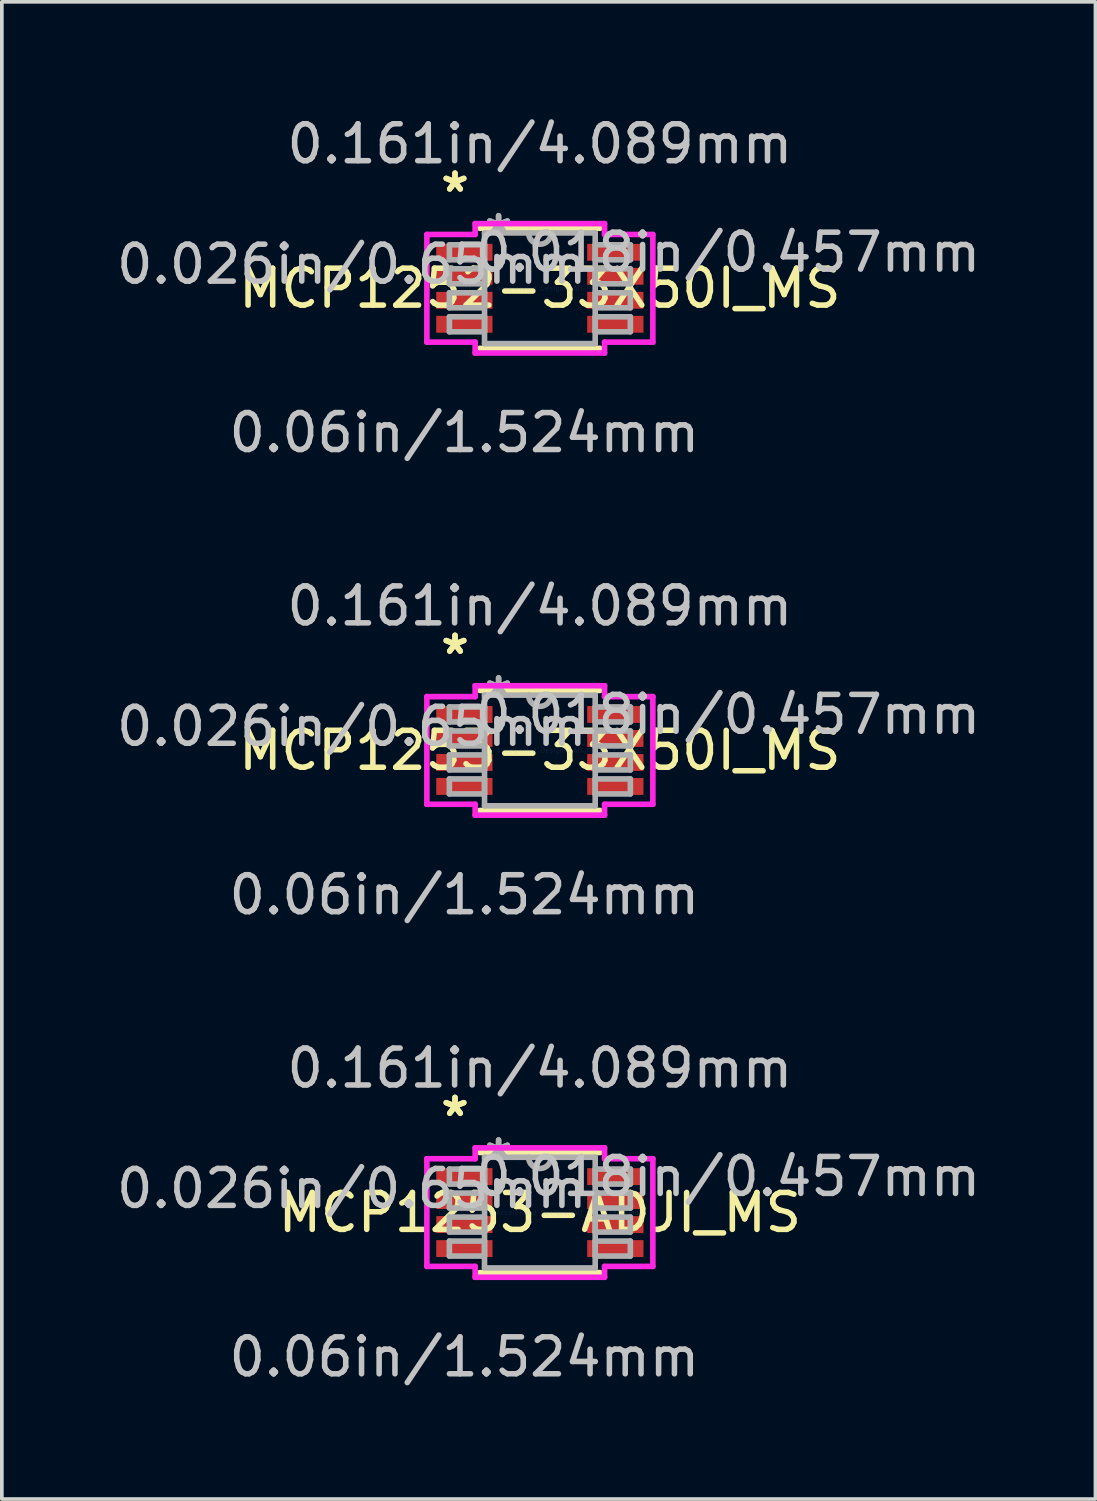
<source format=kicad_pcb>
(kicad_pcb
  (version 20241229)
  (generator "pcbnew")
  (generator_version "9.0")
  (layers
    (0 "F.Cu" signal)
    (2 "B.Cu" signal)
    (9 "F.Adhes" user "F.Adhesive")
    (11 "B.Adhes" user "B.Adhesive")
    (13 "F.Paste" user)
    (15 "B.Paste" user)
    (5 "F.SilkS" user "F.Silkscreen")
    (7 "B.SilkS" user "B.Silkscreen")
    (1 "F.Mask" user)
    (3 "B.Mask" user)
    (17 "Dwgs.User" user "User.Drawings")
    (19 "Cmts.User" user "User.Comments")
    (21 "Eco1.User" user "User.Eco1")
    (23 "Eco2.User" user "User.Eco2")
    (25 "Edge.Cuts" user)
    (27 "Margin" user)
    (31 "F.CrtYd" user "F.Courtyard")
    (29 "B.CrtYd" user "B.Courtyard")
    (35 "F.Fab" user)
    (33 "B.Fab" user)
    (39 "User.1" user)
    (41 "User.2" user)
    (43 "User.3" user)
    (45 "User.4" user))
  (footprint "MCP1252-33X50I_MS"
    (layer "F.Cu")
    (at 11.575 4.76)
    (property "Reference" "MCP1252-33X50I_MS" (at 0 0 0) (layer "F.SilkS") (effects (font (size 1 1) (thickness 0.15))))
    (attr through_hole)
    (fp_line (start -1.626 1.626) (end 1.626 1.626) (stroke (width 0.152) (type solid)) (layer "F.SilkS"))
    (fp_line (start 1.626 -1.626) (end -1.626 -1.626) (stroke (width 0.152) (type solid)) (layer "F.SilkS"))
    (fp_line (start -3.061 -1.458) (end -1.753 -1.458) (stroke (width 0.152) (type solid)) (layer "F.CrtYd"))
    (fp_line (start -3.061 1.458) (end -3.061 -1.458) (stroke (width 0.152) (type solid)) (layer "F.CrtYd"))
    (fp_line (start -1.753 -1.753) (end 1.753 -1.753) (stroke (width 0.152) (type solid)) (layer "F.CrtYd"))
    (fp_line (start -1.753 -1.458) (end -1.753 -1.753) (stroke (width 0.152) (type solid)) (layer "F.CrtYd"))
    (fp_line (start -1.753 1.458) (end -3.061 1.458) (stroke (width 0.152) (type solid)) (layer "F.CrtYd"))
    (fp_line (start -1.753 1.753) (end -1.753 1.458) (stroke (width 0.152) (type solid)) (layer "F.CrtYd"))
    (fp_line (start 1.753 -1.753) (end 1.753 -1.458) (stroke (width 0.152) (type solid)) (layer "F.CrtYd"))
    (fp_line (start 1.753 -1.458) (end 3.061 -1.458) (stroke (width 0.152) (type solid)) (layer "F.CrtYd"))
    (fp_line (start 1.753 1.458) (end 1.753 1.753) (stroke (width 0.152) (type solid)) (layer "F.CrtYd"))
    (fp_line (start 1.753 1.753) (end -1.753 1.753) (stroke (width 0.152) (type solid)) (layer "F.CrtYd"))
    (fp_line (start 3.061 -1.458) (end 3.061 1.458) (stroke (width 0.152) (type solid)) (layer "F.CrtYd"))
    (fp_line (start 3.061 1.458) (end 1.753 1.458) (stroke (width 0.152) (type solid)) (layer "F.CrtYd"))
    (fp_line (start -2.451 -1.178) (end -2.451 -0.772) (stroke (width 0.152) (type solid)) (layer "F.Fab"))
    (fp_line (start -2.451 -0.772) (end -1.499 -0.772) (stroke (width 0.152) (type solid)) (layer "F.Fab"))
    (fp_line (start -2.451 -0.528) (end -2.451 -0.122) (stroke (width 0.152) (type solid)) (layer "F.Fab"))
    (fp_line (start -2.451 -0.122) (end -1.499 -0.122) (stroke (width 0.152) (type solid)) (layer "F.Fab"))
    (fp_line (start -2.451 0.122) (end -2.451 0.528) (stroke (width 0.152) (type solid)) (layer "F.Fab"))
    (fp_line (start -2.451 0.528) (end -1.499 0.528) (stroke (width 0.152) (type solid)) (layer "F.Fab"))
    (fp_line (start -2.451 0.772) (end -2.451 1.178) (stroke (width 0.152) (type solid)) (layer "F.Fab"))
    (fp_line (start -2.451 1.178) (end -1.499 1.178) (stroke (width 0.152) (type solid)) (layer "F.Fab"))
    (fp_line (start -1.499 -1.499) (end -1.499 1.499) (stroke (width 0.152) (type solid)) (layer "F.Fab"))
    (fp_line (start -1.499 -1.178) (end -2.451 -1.178) (stroke (width 0.152) (type solid)) (layer "F.Fab"))
    (fp_line (start -1.499 -0.772) (end -1.499 -1.178) (stroke (width 0.152) (type solid)) (layer "F.Fab"))
    (fp_line (start -1.499 -0.528) (end -2.451 -0.528) (stroke (width 0.152) (type solid)) (layer "F.Fab"))
    (fp_line (start -1.499 -0.122) (end -1.499 -0.528) (stroke (width 0.152) (type solid)) (layer "F.Fab"))
    (fp_line (start -1.499 0.122) (end -2.451 0.122) (stroke (width 0.152) (type solid)) (layer "F.Fab"))
    (fp_line (start -1.499 0.528) (end -1.499 0.122) (stroke (width 0.152) (type solid)) (layer "F.Fab"))
    (fp_line (start -1.499 0.772) (end -2.451 0.772) (stroke (width 0.152) (type solid)) (layer "F.Fab"))
    (fp_line (start -1.499 1.178) (end -1.499 0.772) (stroke (width 0.152) (type solid)) (layer "F.Fab"))
    (fp_line (start -1.499 1.499) (end 1.499 1.499) (stroke (width 0.152) (type solid)) (layer "F.Fab"))
    (fp_line (start 1.499 -1.499) (end -1.499 -1.499) (stroke (width 0.152) (type solid)) (layer "F.Fab"))
    (fp_line (start 1.499 -1.178) (end 1.499 -0.772) (stroke (width 0.152) (type solid)) (layer "F.Fab"))
    (fp_line (start 1.499 -0.772) (end 2.451 -0.772) (stroke (width 0.152) (type solid)) (layer "F.Fab"))
    (fp_line (start 1.499 -0.528) (end 1.499 -0.122) (stroke (width 0.152) (type solid)) (layer "F.Fab"))
    (fp_line (start 1.499 -0.122) (end 2.451 -0.122) (stroke (width 0.152) (type solid)) (layer "F.Fab"))
    (fp_line (start 1.499 0.122) (end 1.499 0.528) (stroke (width 0.152) (type solid)) (layer "F.Fab"))
    (fp_line (start 1.499 0.528) (end 2.451 0.528) (stroke (width 0.152) (type solid)) (layer "F.Fab"))
    (fp_line (start 1.499 0.772) (end 1.499 1.178) (stroke (width 0.152) (type solid)) (layer "F.Fab"))
    (fp_line (start 1.499 1.178) (end 2.451 1.178) (stroke (width 0.152) (type solid)) (layer "F.Fab"))
    (fp_line (start 1.499 1.499) (end 1.499 -1.499) (stroke (width 0.152) (type solid)) (layer "F.Fab"))
    (fp_line (start 2.451 -1.178) (end 1.499 -1.178) (stroke (width 0.152) (type solid)) (layer "F.Fab"))
    (fp_line (start 2.451 -0.772) (end 2.451 -1.178) (stroke (width 0.152) (type solid)) (layer "F.Fab"))
    (fp_line (start 2.451 -0.528) (end 1.499 -0.528) (stroke (width 0.152) (type solid)) (layer "F.Fab"))
    (fp_line (start 2.451 -0.122) (end 2.451 -0.528) (stroke (width 0.152) (type solid)) (layer "F.Fab"))
    (fp_line (start 2.451 0.122) (end 1.499 0.122) (stroke (width 0.152) (type solid)) (layer "F.Fab"))
    (fp_line (start 2.451 0.528) (end 2.451 0.122) (stroke (width 0.152) (type solid)) (layer "F.Fab"))
    (fp_line (start 2.451 0.772) (end 1.499 0.772) (stroke (width 0.152) (type solid)) (layer "F.Fab"))
    (fp_line (start 2.451 1.178) (end 2.451 0.772) (stroke (width 0.152) (type solid)) (layer "F.Fab"))
    (fp_arc (start 0.3048 -1.4986) (mid 0 -1.1938) (end -0.3048 -1.4986) (stroke (width 0.1524) (type solid)) (layer "F.Fab"))
    (fp_text user "*" (at -2.299 -2.575 0) (layer "F.SilkS") (effects (font (size 1 1) (thickness 0.15))))
    (fp_text user "*" (at -2.299 -2.575 0) (layer "F.SilkS") (effects (font (size 1 1) (thickness 0.15))))
    (fp_text user "0.018in/0.457mm" (at 5.093 -0.975 0) (layer "Dwgs.User") (effects (font (size 1 1) (thickness 0.15))))
    (fp_text user "0.161in/4.089mm" (at 0 -3.912 0) (layer "Dwgs.User") (effects (font (size 1 1) (thickness 0.15))))
    (fp_text user "0.026in/0.65mm" (at -5.093 -0.65 0) (layer "Dwgs.User") (effects (font (size 1 1) (thickness 0.15))))
    (fp_text user "0.06in/1.524mm" (at -2.045 3.912 0) (layer "Dwgs.User") (effects (font (size 1 1) (thickness 0.15))))
    (fp_text user "Copyright 2016 Accelerated Designs. All rights reserved." (at 0 0 0) (layer "Cmts.User") (effects (font (size 0.127 0.127) (thickness 0.002))))
    (fp_text user "*" (at -1.118 -1.422 0) (layer "F.Fab") (effects (font (size 1 1) (thickness 0.15))))
    (fp_text user "*" (at -1.118 -1.422 0) (layer "F.Fab") (effects (font (size 1 1) (thickness 0.15))))
    (pad "1" smd rect (at -2.045 -0.975) (size 1.524 0.457) (layers "F.Cu" "F.Mask" "F.Paste"))
    (pad "2" smd rect (at -2.045 -0.325) (size 1.524 0.457) (layers "F.Cu" "F.Mask" "F.Paste"))
    (pad "3" smd rect (at -2.045 0.325) (size 1.524 0.457) (layers "F.Cu" "F.Mask" "F.Paste"))
    (pad "4" smd rect (at -2.045 0.975) (size 1.524 0.457) (layers "F.Cu" "F.Mask" "F.Paste"))
    (pad "5" smd rect (at 2.045 0.975) (size 1.524 0.457) (layers "F.Cu" "F.Mask" "F.Paste"))
    (pad "6" smd rect (at 2.045 0.325) (size 1.524 0.457) (layers "F.Cu" "F.Mask" "F.Paste"))
    (pad "7" smd rect (at 2.045 -0.325) (size 1.524 0.457) (layers "F.Cu" "F.Mask" "F.Paste"))
    (pad "8" smd rect (at 2.045 -0.975) (size 1.524 0.457) (layers "F.Cu" "F.Mask" "F.Paste")))
  (footprint "MCP1253-33X50I_MS"
    (layer "F.Cu")
    (at 11.575 17.28)
    (property "Reference" "MCP1253-33X50I_MS" (at 0 0 0) (layer "F.SilkS") (effects (font (size 1 1) (thickness 0.15))))
    (attr through_hole)
    (fp_line (start -1.626 1.626) (end 1.626 1.626) (stroke (width 0.152) (type solid)) (layer "F.SilkS"))
    (fp_line (start 1.626 -1.626) (end -1.626 -1.626) (stroke (width 0.152) (type solid)) (layer "F.SilkS"))
    (fp_line (start -3.061 -1.458) (end -1.753 -1.458) (stroke (width 0.152) (type solid)) (layer "F.CrtYd"))
    (fp_line (start -3.061 1.458) (end -3.061 -1.458) (stroke (width 0.152) (type solid)) (layer "F.CrtYd"))
    (fp_line (start -1.753 -1.753) (end 1.753 -1.753) (stroke (width 0.152) (type solid)) (layer "F.CrtYd"))
    (fp_line (start -1.753 -1.458) (end -1.753 -1.753) (stroke (width 0.152) (type solid)) (layer "F.CrtYd"))
    (fp_line (start -1.753 1.458) (end -3.061 1.458) (stroke (width 0.152) (type solid)) (layer "F.CrtYd"))
    (fp_line (start -1.753 1.753) (end -1.753 1.458) (stroke (width 0.152) (type solid)) (layer "F.CrtYd"))
    (fp_line (start 1.753 -1.753) (end 1.753 -1.458) (stroke (width 0.152) (type solid)) (layer "F.CrtYd"))
    (fp_line (start 1.753 -1.458) (end 3.061 -1.458) (stroke (width 0.152) (type solid)) (layer "F.CrtYd"))
    (fp_line (start 1.753 1.458) (end 1.753 1.753) (stroke (width 0.152) (type solid)) (layer "F.CrtYd"))
    (fp_line (start 1.753 1.753) (end -1.753 1.753) (stroke (width 0.152) (type solid)) (layer "F.CrtYd"))
    (fp_line (start 3.061 -1.458) (end 3.061 1.458) (stroke (width 0.152) (type solid)) (layer "F.CrtYd"))
    (fp_line (start 3.061 1.458) (end 1.753 1.458) (stroke (width 0.152) (type solid)) (layer "F.CrtYd"))
    (fp_line (start -2.451 -1.178) (end -2.451 -0.772) (stroke (width 0.152) (type solid)) (layer "F.Fab"))
    (fp_line (start -2.451 -0.772) (end -1.499 -0.772) (stroke (width 0.152) (type solid)) (layer "F.Fab"))
    (fp_line (start -2.451 -0.528) (end -2.451 -0.122) (stroke (width 0.152) (type solid)) (layer "F.Fab"))
    (fp_line (start -2.451 -0.122) (end -1.499 -0.122) (stroke (width 0.152) (type solid)) (layer "F.Fab"))
    (fp_line (start -2.451 0.122) (end -2.451 0.528) (stroke (width 0.152) (type solid)) (layer "F.Fab"))
    (fp_line (start -2.451 0.528) (end -1.499 0.528) (stroke (width 0.152) (type solid)) (layer "F.Fab"))
    (fp_line (start -2.451 0.772) (end -2.451 1.178) (stroke (width 0.152) (type solid)) (layer "F.Fab"))
    (fp_line (start -2.451 1.178) (end -1.499 1.178) (stroke (width 0.152) (type solid)) (layer "F.Fab"))
    (fp_line (start -1.499 -1.499) (end -1.499 1.499) (stroke (width 0.152) (type solid)) (layer "F.Fab"))
    (fp_line (start -1.499 -1.178) (end -2.451 -1.178) (stroke (width 0.152) (type solid)) (layer "F.Fab"))
    (fp_line (start -1.499 -0.772) (end -1.499 -1.178) (stroke (width 0.152) (type solid)) (layer "F.Fab"))
    (fp_line (start -1.499 -0.528) (end -2.451 -0.528) (stroke (width 0.152) (type solid)) (layer "F.Fab"))
    (fp_line (start -1.499 -0.122) (end -1.499 -0.528) (stroke (width 0.152) (type solid)) (layer "F.Fab"))
    (fp_line (start -1.499 0.122) (end -2.451 0.122) (stroke (width 0.152) (type solid)) (layer "F.Fab"))
    (fp_line (start -1.499 0.528) (end -1.499 0.122) (stroke (width 0.152) (type solid)) (layer "F.Fab"))
    (fp_line (start -1.499 0.772) (end -2.451 0.772) (stroke (width 0.152) (type solid)) (layer "F.Fab"))
    (fp_line (start -1.499 1.178) (end -1.499 0.772) (stroke (width 0.152) (type solid)) (layer "F.Fab"))
    (fp_line (start -1.499 1.499) (end 1.499 1.499) (stroke (width 0.152) (type solid)) (layer "F.Fab"))
    (fp_line (start 1.499 -1.499) (end -1.499 -1.499) (stroke (width 0.152) (type solid)) (layer "F.Fab"))
    (fp_line (start 1.499 -1.178) (end 1.499 -0.772) (stroke (width 0.152) (type solid)) (layer "F.Fab"))
    (fp_line (start 1.499 -0.772) (end 2.451 -0.772) (stroke (width 0.152) (type solid)) (layer "F.Fab"))
    (fp_line (start 1.499 -0.528) (end 1.499 -0.122) (stroke (width 0.152) (type solid)) (layer "F.Fab"))
    (fp_line (start 1.499 -0.122) (end 2.451 -0.122) (stroke (width 0.152) (type solid)) (layer "F.Fab"))
    (fp_line (start 1.499 0.122) (end 1.499 0.528) (stroke (width 0.152) (type solid)) (layer "F.Fab"))
    (fp_line (start 1.499 0.528) (end 2.451 0.528) (stroke (width 0.152) (type solid)) (layer "F.Fab"))
    (fp_line (start 1.499 0.772) (end 1.499 1.178) (stroke (width 0.152) (type solid)) (layer "F.Fab"))
    (fp_line (start 1.499 1.178) (end 2.451 1.178) (stroke (width 0.152) (type solid)) (layer "F.Fab"))
    (fp_line (start 1.499 1.499) (end 1.499 -1.499) (stroke (width 0.152) (type solid)) (layer "F.Fab"))
    (fp_line (start 2.451 -1.178) (end 1.499 -1.178) (stroke (width 0.152) (type solid)) (layer "F.Fab"))
    (fp_line (start 2.451 -0.772) (end 2.451 -1.178) (stroke (width 0.152) (type solid)) (layer "F.Fab"))
    (fp_line (start 2.451 -0.528) (end 1.499 -0.528) (stroke (width 0.152) (type solid)) (layer "F.Fab"))
    (fp_line (start 2.451 -0.122) (end 2.451 -0.528) (stroke (width 0.152) (type solid)) (layer "F.Fab"))
    (fp_line (start 2.451 0.122) (end 1.499 0.122) (stroke (width 0.152) (type solid)) (layer "F.Fab"))
    (fp_line (start 2.451 0.528) (end 2.451 0.122) (stroke (width 0.152) (type solid)) (layer "F.Fab"))
    (fp_line (start 2.451 0.772) (end 1.499 0.772) (stroke (width 0.152) (type solid)) (layer "F.Fab"))
    (fp_line (start 2.451 1.178) (end 2.451 0.772) (stroke (width 0.152) (type solid)) (layer "F.Fab"))
    (fp_arc (start 0.3048 -1.4986) (mid 0 -1.1938) (end -0.3048 -1.4986) (stroke (width 0.1524) (type solid)) (layer "F.Fab"))
    (fp_text user "*" (at -2.299 -2.575 0) (layer "F.SilkS") (effects (font (size 1 1) (thickness 0.15))))
    (fp_text user "*" (at -2.299 -2.575 0) (layer "F.SilkS") (effects (font (size 1 1) (thickness 0.15))))
    (fp_text user "0.026in/0.65mm" (at -5.093 -0.65 0) (layer "Dwgs.User") (effects (font (size 1 1) (thickness 0.15))))
    (fp_text user "0.161in/4.089mm" (at 0 -3.912 0) (layer "Dwgs.User") (effects (font (size 1 1) (thickness 0.15))))
    (fp_text user "0.018in/0.457mm" (at 5.093 -0.975 0) (layer "Dwgs.User") (effects (font (size 1 1) (thickness 0.15))))
    (fp_text user "0.06in/1.524mm" (at -2.045 3.912 0) (layer "Dwgs.User") (effects (font (size 1 1) (thickness 0.15))))
    (fp_text user "Copyright 2016 Accelerated Designs. All rights reserved." (at 0 0 0) (layer "Cmts.User") (effects (font (size 0.127 0.127) (thickness 0.002))))
    (fp_text user "*" (at -1.118 -1.422 0) (layer "F.Fab") (effects (font (size 1 1) (thickness 0.15))))
    (fp_text user "*" (at -1.118 -1.422 0) (layer "F.Fab") (effects (font (size 1 1) (thickness 0.15))))
    (pad "1" smd rect (at -2.045 -0.975) (size 1.524 0.457) (layers "F.Cu" "F.Mask" "F.Paste"))
    (pad "2" smd rect (at -2.045 -0.325) (size 1.524 0.457) (layers "F.Cu" "F.Mask" "F.Paste"))
    (pad "3" smd rect (at -2.045 0.325) (size 1.524 0.457) (layers "F.Cu" "F.Mask" "F.Paste"))
    (pad "4" smd rect (at -2.045 0.975) (size 1.524 0.457) (layers "F.Cu" "F.Mask" "F.Paste"))
    (pad "5" smd rect (at 2.045 0.975) (size 1.524 0.457) (layers "F.Cu" "F.Mask" "F.Paste"))
    (pad "6" smd rect (at 2.045 0.325) (size 1.524 0.457) (layers "F.Cu" "F.Mask" "F.Paste"))
    (pad "7" smd rect (at 2.045 -0.325) (size 1.524 0.457) (layers "F.Cu" "F.Mask" "F.Paste"))
    (pad "8" smd rect (at 2.045 -0.975) (size 1.524 0.457) (layers "F.Cu" "F.Mask" "F.Paste")))
  (footprint "MCP1253-ADJI_MS"
    (layer "F.Cu")
    (at 11.575 29.799)
    (property "Reference" "MCP1253-ADJI_MS" (at 0 0 0) (layer "F.SilkS") (effects (font (size 1 1) (thickness 0.15))))
    (attr through_hole)
    (fp_line (start -1.626 1.626) (end 1.626 1.626) (stroke (width 0.152) (type solid)) (layer "F.SilkS"))
    (fp_line (start 1.626 -1.626) (end -1.626 -1.626) (stroke (width 0.152) (type solid)) (layer "F.SilkS"))
    (fp_line (start -3.061 -1.458) (end -1.753 -1.458) (stroke (width 0.152) (type solid)) (layer "F.CrtYd"))
    (fp_line (start -3.061 1.458) (end -3.061 -1.458) (stroke (width 0.152) (type solid)) (layer "F.CrtYd"))
    (fp_line (start -1.753 -1.753) (end 1.753 -1.753) (stroke (width 0.152) (type solid)) (layer "F.CrtYd"))
    (fp_line (start -1.753 -1.458) (end -1.753 -1.753) (stroke (width 0.152) (type solid)) (layer "F.CrtYd"))
    (fp_line (start -1.753 1.458) (end -3.061 1.458) (stroke (width 0.152) (type solid)) (layer "F.CrtYd"))
    (fp_line (start -1.753 1.753) (end -1.753 1.458) (stroke (width 0.152) (type solid)) (layer "F.CrtYd"))
    (fp_line (start 1.753 -1.753) (end 1.753 -1.458) (stroke (width 0.152) (type solid)) (layer "F.CrtYd"))
    (fp_line (start 1.753 -1.458) (end 3.061 -1.458) (stroke (width 0.152) (type solid)) (layer "F.CrtYd"))
    (fp_line (start 1.753 1.458) (end 1.753 1.753) (stroke (width 0.152) (type solid)) (layer "F.CrtYd"))
    (fp_line (start 1.753 1.753) (end -1.753 1.753) (stroke (width 0.152) (type solid)) (layer "F.CrtYd"))
    (fp_line (start 3.061 -1.458) (end 3.061 1.458) (stroke (width 0.152) (type solid)) (layer "F.CrtYd"))
    (fp_line (start 3.061 1.458) (end 1.753 1.458) (stroke (width 0.152) (type solid)) (layer "F.CrtYd"))
    (fp_line (start -2.451 -1.178) (end -2.451 -0.772) (stroke (width 0.152) (type solid)) (layer "F.Fab"))
    (fp_line (start -2.451 -0.772) (end -1.499 -0.772) (stroke (width 0.152) (type solid)) (layer "F.Fab"))
    (fp_line (start -2.451 -0.528) (end -2.451 -0.122) (stroke (width 0.152) (type solid)) (layer "F.Fab"))
    (fp_line (start -2.451 -0.122) (end -1.499 -0.122) (stroke (width 0.152) (type solid)) (layer "F.Fab"))
    (fp_line (start -2.451 0.122) (end -2.451 0.528) (stroke (width 0.152) (type solid)) (layer "F.Fab"))
    (fp_line (start -2.451 0.528) (end -1.499 0.528) (stroke (width 0.152) (type solid)) (layer "F.Fab"))
    (fp_line (start -2.451 0.772) (end -2.451 1.178) (stroke (width 0.152) (type solid)) (layer "F.Fab"))
    (fp_line (start -2.451 1.178) (end -1.499 1.178) (stroke (width 0.152) (type solid)) (layer "F.Fab"))
    (fp_line (start -1.499 -1.499) (end -1.499 1.499) (stroke (width 0.152) (type solid)) (layer "F.Fab"))
    (fp_line (start -1.499 -1.178) (end -2.451 -1.178) (stroke (width 0.152) (type solid)) (layer "F.Fab"))
    (fp_line (start -1.499 -0.772) (end -1.499 -1.178) (stroke (width 0.152) (type solid)) (layer "F.Fab"))
    (fp_line (start -1.499 -0.528) (end -2.451 -0.528) (stroke (width 0.152) (type solid)) (layer "F.Fab"))
    (fp_line (start -1.499 -0.122) (end -1.499 -0.528) (stroke (width 0.152) (type solid)) (layer "F.Fab"))
    (fp_line (start -1.499 0.122) (end -2.451 0.122) (stroke (width 0.152) (type solid)) (layer "F.Fab"))
    (fp_line (start -1.499 0.528) (end -1.499 0.122) (stroke (width 0.152) (type solid)) (layer "F.Fab"))
    (fp_line (start -1.499 0.772) (end -2.451 0.772) (stroke (width 0.152) (type solid)) (layer "F.Fab"))
    (fp_line (start -1.499 1.178) (end -1.499 0.772) (stroke (width 0.152) (type solid)) (layer "F.Fab"))
    (fp_line (start -1.499 1.499) (end 1.499 1.499) (stroke (width 0.152) (type solid)) (layer "F.Fab"))
    (fp_line (start 1.499 -1.499) (end -1.499 -1.499) (stroke (width 0.152) (type solid)) (layer "F.Fab"))
    (fp_line (start 1.499 -1.178) (end 1.499 -0.772) (stroke (width 0.152) (type solid)) (layer "F.Fab"))
    (fp_line (start 1.499 -0.772) (end 2.451 -0.772) (stroke (width 0.152) (type solid)) (layer "F.Fab"))
    (fp_line (start 1.499 -0.528) (end 1.499 -0.122) (stroke (width 0.152) (type solid)) (layer "F.Fab"))
    (fp_line (start 1.499 -0.122) (end 2.451 -0.122) (stroke (width 0.152) (type solid)) (layer "F.Fab"))
    (fp_line (start 1.499 0.122) (end 1.499 0.528) (stroke (width 0.152) (type solid)) (layer "F.Fab"))
    (fp_line (start 1.499 0.528) (end 2.451 0.528) (stroke (width 0.152) (type solid)) (layer "F.Fab"))
    (fp_line (start 1.499 0.772) (end 1.499 1.178) (stroke (width 0.152) (type solid)) (layer "F.Fab"))
    (fp_line (start 1.499 1.178) (end 2.451 1.178) (stroke (width 0.152) (type solid)) (layer "F.Fab"))
    (fp_line (start 1.499 1.499) (end 1.499 -1.499) (stroke (width 0.152) (type solid)) (layer "F.Fab"))
    (fp_line (start 2.451 -1.178) (end 1.499 -1.178) (stroke (width 0.152) (type solid)) (layer "F.Fab"))
    (fp_line (start 2.451 -0.772) (end 2.451 -1.178) (stroke (width 0.152) (type solid)) (layer "F.Fab"))
    (fp_line (start 2.451 -0.528) (end 1.499 -0.528) (stroke (width 0.152) (type solid)) (layer "F.Fab"))
    (fp_line (start 2.451 -0.122) (end 2.451 -0.528) (stroke (width 0.152) (type solid)) (layer "F.Fab"))
    (fp_line (start 2.451 0.122) (end 1.499 0.122) (stroke (width 0.152) (type solid)) (layer "F.Fab"))
    (fp_line (start 2.451 0.528) (end 2.451 0.122) (stroke (width 0.152) (type solid)) (layer "F.Fab"))
    (fp_line (start 2.451 0.772) (end 1.499 0.772) (stroke (width 0.152) (type solid)) (layer "F.Fab"))
    (fp_line (start 2.451 1.178) (end 2.451 0.772) (stroke (width 0.152) (type solid)) (layer "F.Fab"))
    (fp_arc (start 0.3048 -1.4986) (mid 0 -1.1938) (end -0.3048 -1.4986) (stroke (width 0.1524) (type solid)) (layer "F.Fab"))
    (fp_text user "*" (at -2.299 -2.575 0) (layer "F.SilkS") (effects (font (size 1 1) (thickness 0.15))))
    (fp_text user "*" (at -2.299 -2.575 0) (layer "F.SilkS") (effects (font (size 1 1) (thickness 0.15))))
    (fp_text user "0.026in/0.65mm" (at -5.093 -0.65 0) (layer "Dwgs.User") (effects (font (size 1 1) (thickness 0.15))))
    (fp_text user "0.06in/1.524mm" (at -2.045 3.912 0) (layer "Dwgs.User") (effects (font (size 1 1) (thickness 0.15))))
    (fp_text user "0.018in/0.457mm" (at 5.093 -0.975 0) (layer "Dwgs.User") (effects (font (size 1 1) (thickness 0.15))))
    (fp_text user "0.161in/4.089mm" (at 0 -3.912 0) (layer "Dwgs.User") (effects (font (size 1 1) (thickness 0.15))))
    (fp_text user "Copyright 2016 Accelerated Designs. All rights reserved." (at 0 0 0) (layer "Cmts.User") (effects (font (size 0.127 0.127) (thickness 0.002))))
    (fp_text user "*" (at -1.118 -1.422 0) (layer "F.Fab") (effects (font (size 1 1) (thickness 0.15))))
    (fp_text user "*" (at -1.118 -1.422 0) (layer "F.Fab") (effects (font (size 1 1) (thickness 0.15))))
    (pad "1" smd rect (at -2.045 -0.975) (size 1.524 0.457) (layers "F.Cu" "F.Mask" "F.Paste"))
    (pad "2" smd rect (at -2.045 -0.325) (size 1.524 0.457) (layers "F.Cu" "F.Mask" "F.Paste"))
    (pad "3" smd rect (at -2.045 0.325) (size 1.524 0.457) (layers "F.Cu" "F.Mask" "F.Paste"))
    (pad "4" smd rect (at -2.045 0.975) (size 1.524 0.457) (layers "F.Cu" "F.Mask" "F.Paste"))
    (pad "5" smd rect (at 2.045 0.975) (size 1.524 0.457) (layers "F.Cu" "F.Mask" "F.Paste"))
    (pad "6" smd rect (at 2.045 0.325) (size 1.524 0.457) (layers "F.Cu" "F.Mask" "F.Paste"))
    (pad "7" smd rect (at 2.045 -0.325) (size 1.524 0.457) (layers "F.Cu" "F.Mask" "F.Paste"))
    (pad "8" smd rect (at 2.045 -0.975) (size 1.524 0.457) (layers "F.Cu" "F.Mask" "F.Paste")))
  (gr_rect
    (start -3 -3)
    (end 26.626 37.559)
    (stroke (width 0.1) (type default))
    (fill no)
    (layer "Edge.Cuts")))
</source>
